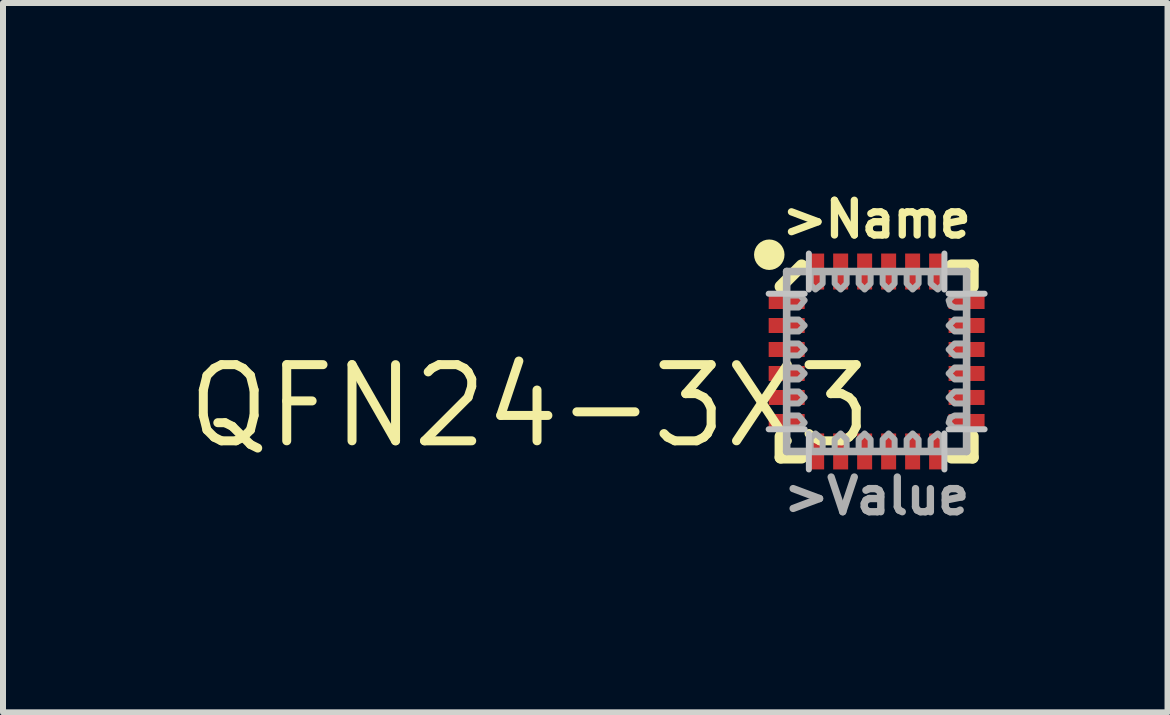
<source format=kicad_pcb>
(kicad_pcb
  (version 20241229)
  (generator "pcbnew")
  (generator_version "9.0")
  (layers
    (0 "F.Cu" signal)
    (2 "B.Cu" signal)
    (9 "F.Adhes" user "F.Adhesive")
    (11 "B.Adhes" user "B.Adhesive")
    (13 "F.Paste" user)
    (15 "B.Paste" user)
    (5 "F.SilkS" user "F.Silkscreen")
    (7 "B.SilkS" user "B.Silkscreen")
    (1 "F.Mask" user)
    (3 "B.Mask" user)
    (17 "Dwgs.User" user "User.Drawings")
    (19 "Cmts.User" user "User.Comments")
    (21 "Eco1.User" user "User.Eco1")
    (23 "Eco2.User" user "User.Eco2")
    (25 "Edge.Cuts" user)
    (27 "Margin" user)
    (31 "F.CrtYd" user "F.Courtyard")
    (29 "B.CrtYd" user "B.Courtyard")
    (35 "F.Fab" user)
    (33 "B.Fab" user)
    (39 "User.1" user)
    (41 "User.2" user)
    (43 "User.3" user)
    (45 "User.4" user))
  (footprint "QFN24-3X3"
    (layer "F.Cu")
    (at 11.566 2.977)
    (property "Reference" "QFN24-3X3" (at 0 0 0) (layer "F.SilkS") (effects (font (size 1.27 1.27) (thickness 0.15)) (justify right top)))
    (attr through_hole)
    (fp_poly (pts (xy -1.5 -1.125) (xy -1.305 -1.125) (xy -1.2 -1.02) (xy -1.2 -0.875) (xy -1.5 -0.875)) (stroke (width 0) (type solid)) (fill yes) (layer "F.Cu"))
    (fp_poly (pts (xy -1.5 1.125) (xy -1.305 1.125) (xy -1.2 1.02) (xy -1.2 0.875) (xy -1.5 0.875)) (stroke (width 0) (type solid)) (fill yes) (layer "F.Cu"))
    (fp_poly (pts (xy -1.125 -1.5) (xy -1.125 -1.305) (xy -1.02 -1.2) (xy -0.875 -1.2) (xy -0.875 -1.5)) (stroke (width 0) (type solid)) (fill yes) (layer "F.Cu"))
    (fp_poly (pts (xy -1.125 1.5) (xy -1.125 1.305) (xy -1.02 1.2) (xy -0.875 1.2) (xy -0.875 1.5)) (stroke (width 0) (type solid)) (fill yes) (layer "F.Cu"))
    (fp_poly (pts (xy 1.125 -1.5) (xy 1.125 -1.305) (xy 1.02 -1.2) (xy 0.875 -1.2) (xy 0.875 -1.5)) (stroke (width 0) (type solid)) (fill yes) (layer "F.Cu"))
    (fp_poly (pts (xy 1.125 1.5) (xy 1.125 1.305) (xy 1.02 1.2) (xy 0.875 1.2) (xy 0.875 1.5)) (stroke (width 0) (type solid)) (fill yes) (layer "F.Cu"))
    (fp_poly (pts (xy 1.5 -1.125) (xy 1.305 -1.125) (xy 1.2 -1.02) (xy 1.2 -0.875) (xy 1.5 -0.875)) (stroke (width 0) (type solid)) (fill yes) (layer "F.Cu"))
    (fp_poly (pts (xy 1.5 1.125) (xy 1.305 1.125) (xy 1.2 1.02) (xy 1.2 0.875) (xy 1.5 0.875)) (stroke (width 0) (type solid)) (fill yes) (layer "F.Cu"))
    (fp_poly (pts (xy -1.226 -1.203) (xy -1.226 -1.099) (xy -0.773 -1.099) (xy -0.773 -1.203)) (stroke (width 0) (type solid)) (fill yes) (layer "F.Mask"))
    (fp_poly (pts (xy -1.203 -0.773) (xy -1.099 -0.773) (xy -1.099 -1.226) (xy -1.203 -1.226)) (stroke (width 0) (type solid)) (fill yes) (layer "F.Mask"))
    (fp_poly (pts (xy -1.203 1.226) (xy -1.099 1.226) (xy -1.099 0.773) (xy -1.203 0.773)) (stroke (width 0) (type solid)) (fill yes) (layer "F.Mask"))
    (fp_poly (pts (xy -0.773 1.203) (xy -0.773 1.099) (xy -1.226 1.099) (xy -1.226 1.203)) (stroke (width 0) (type solid)) (fill yes) (layer "F.Mask"))
    (fp_poly (pts (xy 0.773 -1.203) (xy 0.773 -1.099) (xy 1.226 -1.099) (xy 1.226 -1.203)) (stroke (width 0) (type solid)) (fill yes) (layer "F.Mask"))
    (fp_poly (pts (xy 1.203 -1.226) (xy 1.099 -1.226) (xy 1.099 -0.773) (xy 1.203 -0.773)) (stroke (width 0) (type solid)) (fill yes) (layer "F.Mask"))
    (fp_poly (pts (xy 1.203 0.773) (xy 1.099 0.773) (xy 1.099 1.226) (xy 1.203 1.226)) (stroke (width 0) (type solid)) (fill yes) (layer "F.Mask"))
    (fp_poly (pts (xy 1.226 1.203) (xy 1.226 1.099) (xy 0.773 1.099) (xy 0.773 1.203)) (stroke (width 0) (type solid)) (fill yes) (layer "F.Mask"))
    (fp_line (start -1.6 -1.25) (end -1.25 -1.6) (stroke (width 0.203) (type solid)) (layer "F.SilkS"))
    (fp_line (start -1.6 1.25) (end -1.6 1.6) (stroke (width 0.203) (type solid)) (layer "F.SilkS"))
    (fp_line (start -1.6 1.6) (end -1.25 1.6) (stroke (width 0.203) (type solid)) (layer "F.SilkS"))
    (fp_line (start 1.25 1.6) (end 1.6 1.6) (stroke (width 0.203) (type solid)) (layer "F.SilkS"))
    (fp_line (start 1.6 -1.6) (end 1.25 -1.6) (stroke (width 0.203) (type solid)) (layer "F.SilkS"))
    (fp_line (start 1.6 -1.25) (end 1.6 -1.6) (stroke (width 0.203) (type solid)) (layer "F.SilkS"))
    (fp_line (start 1.6 1.6) (end 1.6 1.25) (stroke (width 0.203) (type solid)) (layer "F.SilkS"))
    (fp_circle (center -1.79 -1.78) (end -1.663 -1.78) (stroke (width 0.254) (type solid)) (fill no) (layer "F.SilkS"))
    (fp_poly (pts (xy -1.725 -0.875) (xy -1.275 -0.875) (xy -1.275 -1.125) (xy -1.725 -1.125)) (stroke (width 0) (type solid)) (fill yes) (layer "F.Paste"))
    (fp_poly (pts (xy -1.725 -0.475) (xy -1.275 -0.475) (xy -1.275 -0.725) (xy -1.725 -0.725)) (stroke (width 0) (type solid)) (fill yes) (layer "F.Paste"))
    (fp_poly (pts (xy -1.725 -0.075) (xy -1.275 -0.075) (xy -1.275 -0.325) (xy -1.725 -0.325)) (stroke (width 0) (type solid)) (fill yes) (layer "F.Paste"))
    (fp_poly (pts (xy -1.725 0.325) (xy -1.275 0.325) (xy -1.275 0.075) (xy -1.725 0.075)) (stroke (width 0) (type solid)) (fill yes) (layer "F.Paste"))
    (fp_poly (pts (xy -1.725 0.725) (xy -1.275 0.725) (xy -1.275 0.475) (xy -1.725 0.475)) (stroke (width 0) (type solid)) (fill yes) (layer "F.Paste"))
    (fp_poly (pts (xy -1.725 1.125) (xy -1.275 1.125) (xy -1.275 0.875) (xy -1.725 0.875)) (stroke (width 0) (type solid)) (fill yes) (layer "F.Paste"))
    (fp_poly (pts (xy -1.125 -1.725) (xy -1.125 -1.275) (xy -0.875 -1.275) (xy -0.875 -1.725)) (stroke (width 0) (type solid)) (fill yes) (layer "F.Paste"))
    (fp_poly (pts (xy -0.875 1.725) (xy -0.875 1.275) (xy -1.125 1.275) (xy -1.125 1.725)) (stroke (width 0) (type solid)) (fill yes) (layer "F.Paste"))
    (fp_poly (pts (xy -0.725 -1.725) (xy -0.725 -1.275) (xy -0.475 -1.275) (xy -0.475 -1.725)) (stroke (width 0) (type solid)) (fill yes) (layer "F.Paste"))
    (fp_poly (pts (xy -0.475 1.725) (xy -0.475 1.275) (xy -0.725 1.275) (xy -0.725 1.725)) (stroke (width 0) (type solid)) (fill yes) (layer "F.Paste"))
    (fp_poly (pts (xy -0.325 -1.725) (xy -0.325 -1.275) (xy -0.075 -1.275) (xy -0.075 -1.725)) (stroke (width 0) (type solid)) (fill yes) (layer "F.Paste"))
    (fp_poly (pts (xy -0.075 1.725) (xy -0.075 1.275) (xy -0.325 1.275) (xy -0.325 1.725)) (stroke (width 0) (type solid)) (fill yes) (layer "F.Paste"))
    (fp_poly (pts (xy 0.075 -1.725) (xy 0.075 -1.275) (xy 0.325 -1.275) (xy 0.325 -1.725)) (stroke (width 0) (type solid)) (fill yes) (layer "F.Paste"))
    (fp_poly (pts (xy 0.325 1.725) (xy 0.325 1.275) (xy 0.075 1.275) (xy 0.075 1.725)) (stroke (width 0) (type solid)) (fill yes) (layer "F.Paste"))
    (fp_poly (pts (xy 0.475 -1.725) (xy 0.475 -1.275) (xy 0.725 -1.275) (xy 0.725 -1.725)) (stroke (width 0) (type solid)) (fill yes) (layer "F.Paste"))
    (fp_poly (pts (xy 0.725 1.725) (xy 0.725 1.275) (xy 0.475 1.275) (xy 0.475 1.725)) (stroke (width 0) (type solid)) (fill yes) (layer "F.Paste"))
    (fp_poly (pts (xy 0.875 -1.725) (xy 0.875 -1.275) (xy 1.125 -1.275) (xy 1.125 -1.725)) (stroke (width 0) (type solid)) (fill yes) (layer "F.Paste"))
    (fp_poly (pts (xy 1.125 1.725) (xy 1.125 1.275) (xy 0.875 1.275) (xy 0.875 1.725)) (stroke (width 0) (type solid)) (fill yes) (layer "F.Paste"))
    (fp_poly (pts (xy 1.725 -1.125) (xy 1.275 -1.125) (xy 1.275 -0.875) (xy 1.725 -0.875)) (stroke (width 0) (type solid)) (fill yes) (layer "F.Paste"))
    (fp_poly (pts (xy 1.725 -0.725) (xy 1.275 -0.725) (xy 1.275 -0.475) (xy 1.725 -0.475)) (stroke (width 0) (type solid)) (fill yes) (layer "F.Paste"))
    (fp_poly (pts (xy 1.725 -0.325) (xy 1.275 -0.325) (xy 1.275 -0.075) (xy 1.725 -0.075)) (stroke (width 0) (type solid)) (fill yes) (layer "F.Paste"))
    (fp_poly (pts (xy 1.725 0.075) (xy 1.275 0.075) (xy 1.275 0.325) (xy 1.725 0.325)) (stroke (width 0) (type solid)) (fill yes) (layer "F.Paste"))
    (fp_poly (pts (xy 1.725 0.475) (xy 1.275 0.475) (xy 1.275 0.725) (xy 1.725 0.725)) (stroke (width 0) (type solid)) (fill yes) (layer "F.Paste"))
    (fp_poly (pts (xy 1.725 0.875) (xy 1.275 0.875) (xy 1.275 1.125) (xy 1.725 1.125)) (stroke (width 0) (type solid)) (fill yes) (layer "F.Paste"))
    (fp_line (start -1.8 -1.13) (end -1.2 -1.13) (stroke (width 0.1) (type solid)) (layer "Dwgs.User"))
    (fp_line (start -1.2 1.13) (end -1.8 1.13) (stroke (width 0.1) (type solid)) (layer "Dwgs.User"))
    (fp_line (start -1.13 -1.2) (end -1.13 -1.8) (stroke (width 0.1) (type solid)) (layer "Dwgs.User"))
    (fp_line (start -1.13 1.8) (end -1.13 1.2) (stroke (width 0.1) (type solid)) (layer "Dwgs.User"))
    (fp_line (start 1.13 -1.8) (end 1.13 -1.2) (stroke (width 0.1) (type solid)) (layer "Dwgs.User"))
    (fp_line (start 1.13 1.2) (end 1.13 1.8) (stroke (width 0.1) (type solid)) (layer "Dwgs.User"))
    (fp_line (start 1.2 -1.13) (end 1.8 -1.13) (stroke (width 0.1) (type solid)) (layer "Dwgs.User"))
    (fp_line (start 1.8 1.13) (end 1.2 1.13) (stroke (width 0.1) (type solid)) (layer "Dwgs.User"))
    (fp_line (start -1.5 -1.5) (end -1.5 1.5) (stroke (width 0.127) (type solid)) (layer "F.Fab"))
    (fp_line (start -1.5 1.5) (end 1.5 1.5) (stroke (width 0.127) (type solid)) (layer "F.Fab"))
    (fp_line (start 1.5 -1.5) (end -1.5 -1.5) (stroke (width 0.127) (type solid)) (layer "F.Fab"))
    (fp_line (start 1.5 1.5) (end 1.5 -1.5) (stroke (width 0.127) (type solid)) (layer "F.Fab"))
    (fp_poly (pts (xy -1.5 -1.1) (xy -1.28 -1.1) (xy -1.2 -1.02) (xy -1.3 -0.9) (xy -1.5 -0.9)) (stroke (width 0.1) (type solid)) (fill no) (layer "F.Fab"))
    (fp_poly (pts (xy -1.5 -0.7) (xy -1.3 -0.7) (xy -1.2 -0.6) (xy -1.3 -0.5) (xy -1.5 -0.5)) (stroke (width 0.1) (type solid)) (fill no) (layer "F.Fab"))
    (fp_poly (pts (xy -1.5 -0.3) (xy -1.3 -0.3) (xy -1.2 -0.2) (xy -1.3 -0.1) (xy -1.5 -0.1)) (stroke (width 0.1) (type solid)) (fill no) (layer "F.Fab"))
    (fp_poly (pts (xy -1.5 0.1) (xy -1.3 0.1) (xy -1.2 0.2) (xy -1.3 0.3) (xy -1.5 0.3)) (stroke (width 0.1) (type solid)) (fill no) (layer "F.Fab"))
    (fp_poly (pts (xy -1.5 0.5) (xy -1.3 0.5) (xy -1.2 0.6) (xy -1.3 0.7) (xy -1.5 0.7)) (stroke (width 0.1) (type solid)) (fill no) (layer "F.Fab"))
    (fp_poly (pts (xy -1.5 1.1) (xy -1.28 1.1) (xy -1.2 1.02) (xy -1.3 0.9) (xy -1.5 0.9)) (stroke (width 0.1) (type solid)) (fill no) (layer "F.Fab"))
    (fp_poly (pts (xy -1.1 -1.5) (xy -1.1 -1.28) (xy -1.02 -1.2) (xy -0.9 -1.3) (xy -0.9 -1.5)) (stroke (width 0.1) (type solid)) (fill no) (layer "F.Fab"))
    (fp_poly (pts (xy -1.1 1.5) (xy -1.1 1.28) (xy -1.02 1.2) (xy -0.9 1.3) (xy -0.9 1.5)) (stroke (width 0.1) (type solid)) (fill no) (layer "F.Fab"))
    (fp_poly (pts (xy -0.7 1.5) (xy -0.7 1.3) (xy -0.6 1.2) (xy -0.5 1.3) (xy -0.5 1.5)) (stroke (width 0.1) (type solid)) (fill no) (layer "F.Fab"))
    (fp_poly (pts (xy -0.5 -1.5) (xy -0.5 -1.3) (xy -0.6 -1.2) (xy -0.7 -1.3) (xy -0.7 -1.5)) (stroke (width 0.1) (type solid)) (fill no) (layer "F.Fab"))
    (fp_poly (pts (xy -0.3 1.5) (xy -0.3 1.3) (xy -0.2 1.2) (xy -0.1 1.3) (xy -0.1 1.5)) (stroke (width 0.1) (type solid)) (fill no) (layer "F.Fab"))
    (fp_poly (pts (xy -0.1 -1.5) (xy -0.1 -1.3) (xy -0.2 -1.2) (xy -0.3 -1.3) (xy -0.3 -1.5)) (stroke (width 0.1) (type solid)) (fill no) (layer "F.Fab"))
    (fp_poly (pts (xy 0.1 1.5) (xy 0.1 1.3) (xy 0.2 1.2) (xy 0.3 1.3) (xy 0.3 1.5)) (stroke (width 0.1) (type solid)) (fill no) (layer "F.Fab"))
    (fp_poly (pts (xy 0.3 -1.5) (xy 0.3 -1.3) (xy 0.2 -1.2) (xy 0.1 -1.3) (xy 0.1 -1.5)) (stroke (width 0.1) (type solid)) (fill no) (layer "F.Fab"))
    (fp_poly (pts (xy 0.5 1.5) (xy 0.5 1.3) (xy 0.6 1.2) (xy 0.7 1.3) (xy 0.7 1.5)) (stroke (width 0.1) (type solid)) (fill no) (layer "F.Fab"))
    (fp_poly (pts (xy 0.7 -1.5) (xy 0.7 -1.3) (xy 0.6 -1.2) (xy 0.5 -1.3) (xy 0.5 -1.5)) (stroke (width 0.1) (type solid)) (fill no) (layer "F.Fab"))
    (fp_poly (pts (xy 1.1 -1.5) (xy 1.1 -1.28) (xy 1.02 -1.2) (xy 0.9 -1.3) (xy 0.9 -1.5)) (stroke (width 0.1) (type solid)) (fill no) (layer "F.Fab"))
    (fp_poly (pts (xy 1.1 1.5) (xy 1.1 1.28) (xy 1.02 1.2) (xy 0.9 1.3) (xy 0.9 1.5)) (stroke (width 0.1) (type solid)) (fill no) (layer "F.Fab"))
    (fp_poly (pts (xy 1.5 -0.5) (xy 1.3 -0.5) (xy 1.2 -0.6) (xy 1.3 -0.7) (xy 1.5 -0.7)) (stroke (width 0.1) (type solid)) (fill no) (layer "F.Fab"))
    (fp_poly (pts (xy 1.5 -0.1) (xy 1.3 -0.1) (xy 1.2 -0.2) (xy 1.3 -0.3) (xy 1.5 -0.3)) (stroke (width 0.1) (type solid)) (fill no) (layer "F.Fab"))
    (fp_poly (pts (xy 1.5 0.3) (xy 1.3 0.3) (xy 1.2 0.2) (xy 1.3 0.1) (xy 1.5 0.1)) (stroke (width 0.1) (type solid)) (fill no) (layer "F.Fab"))
    (fp_poly (pts (xy 1.5 0.7) (xy 1.3 0.7) (xy 1.2 0.6) (xy 1.3 0.5) (xy 1.5 0.5)) (stroke (width 0.1) (type solid)) (fill no) (layer "F.Fab"))
    (fp_poly (pts (xy 1.5 -1.1) (xy 1.28 -1.1) (xy 1.2 -1.02) (xy 1.225 -0.939) (xy 1.3 -0.9) (xy 1.5 -0.9)) (stroke (width 0.1) (type solid)) (fill no) (layer "F.Fab"))
    (fp_poly (pts (xy 1.5 1.1) (xy 1.28 1.1) (xy 1.2 1.02) (xy 1.225 0.939) (xy 1.3 0.9) (xy 1.5 0.9)) (stroke (width 0.1) (type solid)) (fill no) (layer "F.Fab"))
    (fp_text user ">Name" (at 0 -2.032 0) (layer "F.SilkS") (effects (font (size 0.579 0.579) (thickness 0.122)) (justify bottom)))
    (fp_text user ">Value" (at 0 1.905 0) (layer "F.Fab") (effects (font (size 0.579 0.579) (thickness 0.122)) (justify top)))
    (pad "1" smd rect (at -1.552 -1 90) (size 0.25 0.495) (layers "F.Cu" "F.Mask"))
    (pad "2" smd rect (at -1.5 -0.6 90) (size 0.25 0.6) (layers "F.Cu" "F.Mask"))
    (pad "3" smd rect (at -1.5 -0.2 90) (size 0.25 0.6) (layers "F.Cu" "F.Mask"))
    (pad "4" smd rect (at -1.5 0.2 90) (size 0.25 0.6) (layers "F.Cu" "F.Mask"))
    (pad "5" smd rect (at -1.5 0.6 90) (size 0.25 0.6) (layers "F.Cu" "F.Mask"))
    (pad "6" smd rect (at -1.552 1 90) (size 0.25 0.495) (layers "F.Cu" "F.Mask"))
    (pad "7" smd rect (at -1 1.552 180) (size 0.25 0.495) (layers "F.Cu" "F.Mask"))
    (pad "8" smd rect (at -0.6 1.5 180) (size 0.25 0.6) (layers "F.Cu" "F.Mask"))
    (pad "9" smd rect (at -0.2 1.5 180) (size 0.25 0.6) (layers "F.Cu" "F.Mask"))
    (pad "10" smd rect (at 0.2 1.5 180) (size 0.25 0.6) (layers "F.Cu" "F.Mask"))
    (pad "11" smd rect (at 0.6 1.5 180) (size 0.25 0.6) (layers "F.Cu" "F.Mask"))
    (pad "12" smd rect (at 1 1.552 180) (size 0.25 0.495) (layers "F.Cu" "F.Mask"))
    (pad "13" smd rect (at 1.552 1 270) (size 0.25 0.495) (layers "F.Cu" "F.Mask"))
    (pad "14" smd rect (at 1.5 0.6 270) (size 0.25 0.6) (layers "F.Cu" "F.Mask"))
    (pad "15" smd rect (at 1.5 0.2 270) (size 0.25 0.6) (layers "F.Cu" "F.Mask"))
    (pad "16" smd rect (at 1.5 -0.2 270) (size 0.25 0.6) (layers "F.Cu" "F.Mask"))
    (pad "17" smd rect (at 1.5 -0.6 270) (size 0.25 0.6) (layers "F.Cu" "F.Mask"))
    (pad "18" smd rect (at 1.552 -1 270) (size 0.25 0.495) (layers "F.Cu" "F.Mask"))
    (pad "19" smd rect (at 1 -1.552) (size 0.25 0.495) (layers "F.Cu" "F.Mask"))
    (pad "20" smd rect (at 0.6 -1.5) (size 0.25 0.6) (layers "F.Cu" "F.Mask"))
    (pad "21" smd rect (at 0.2 -1.5) (size 0.25 0.6) (layers "F.Cu" "F.Mask"))
    (pad "22" smd rect (at -0.2 -1.5) (size 0.25 0.6) (layers "F.Cu" "F.Mask"))
    (pad "23" smd rect (at -0.6 -1.5) (size 0.25 0.6) (layers "F.Cu" "F.Mask"))
    (pad "24" smd rect (at -1 -1.552) (size 0.25 0.495) (layers "F.Cu" "F.Mask")))
  (gr_rect
    (start -3 -3)
    (end 16.416 8.827)
    (stroke (width 0.1) (type default))
    (fill no)
    (layer "Edge.Cuts")))
</source>
